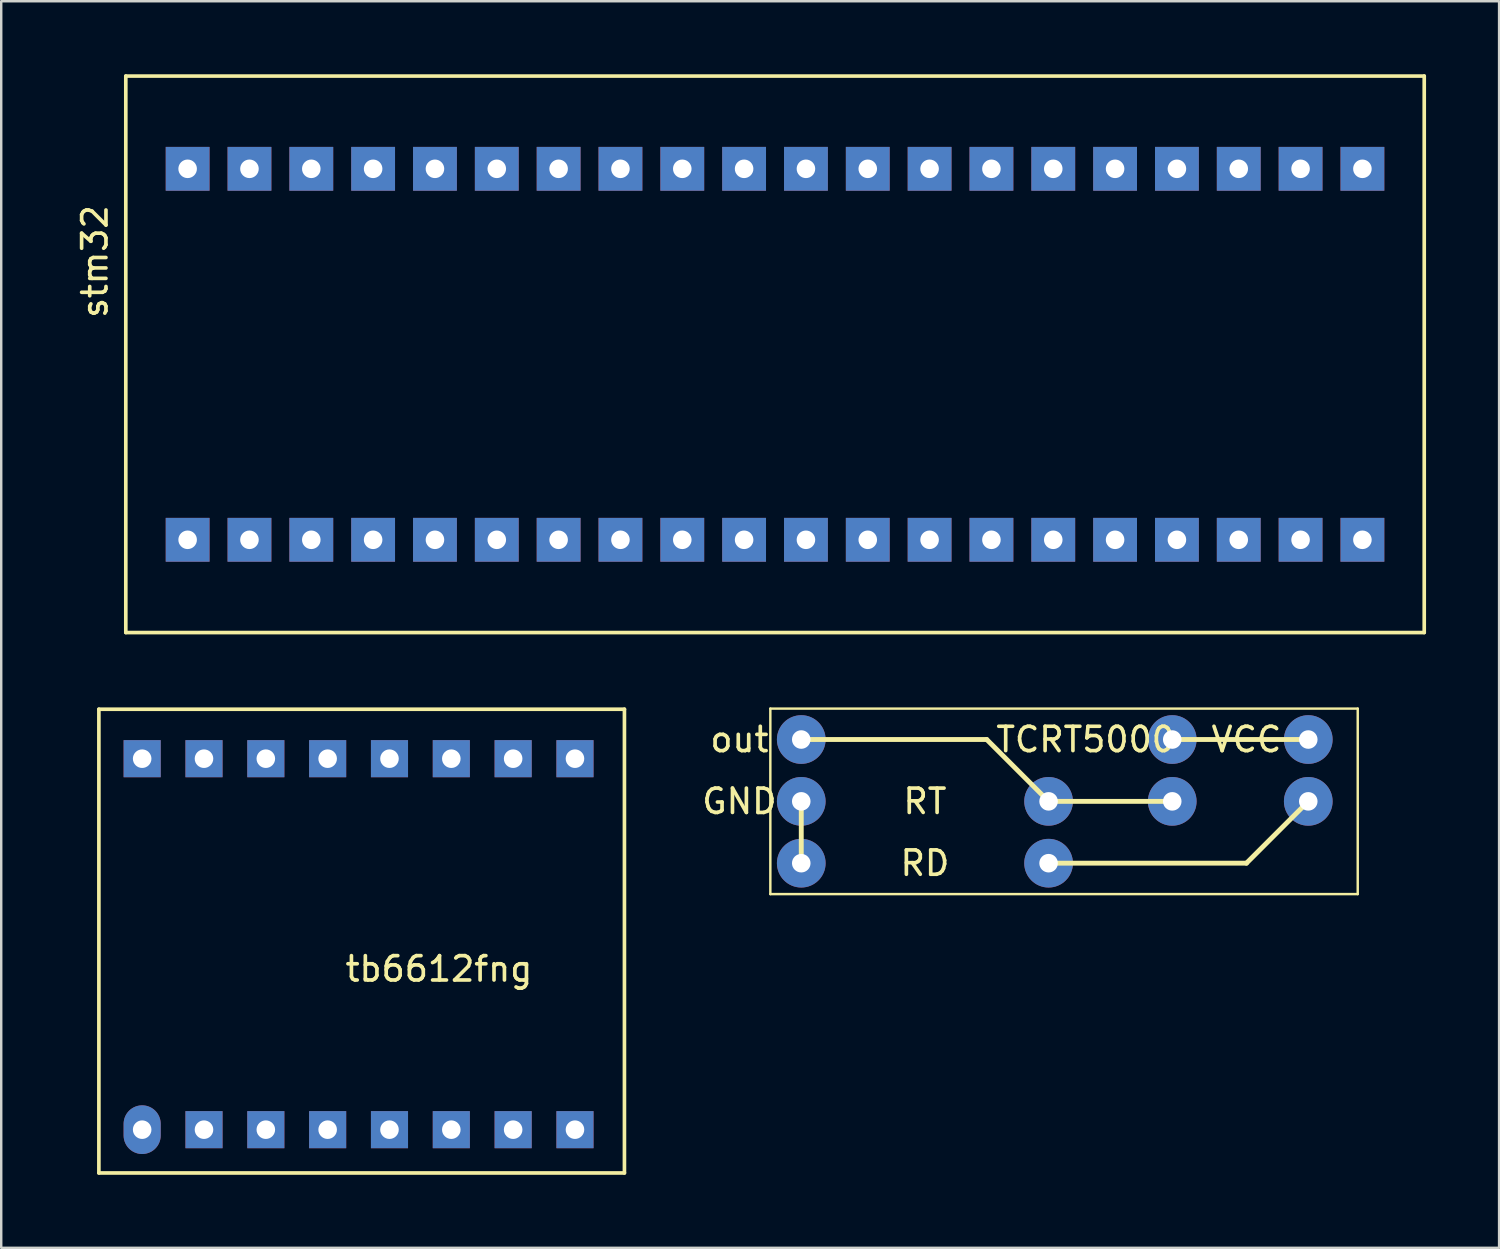
<source format=kicad_pcb>
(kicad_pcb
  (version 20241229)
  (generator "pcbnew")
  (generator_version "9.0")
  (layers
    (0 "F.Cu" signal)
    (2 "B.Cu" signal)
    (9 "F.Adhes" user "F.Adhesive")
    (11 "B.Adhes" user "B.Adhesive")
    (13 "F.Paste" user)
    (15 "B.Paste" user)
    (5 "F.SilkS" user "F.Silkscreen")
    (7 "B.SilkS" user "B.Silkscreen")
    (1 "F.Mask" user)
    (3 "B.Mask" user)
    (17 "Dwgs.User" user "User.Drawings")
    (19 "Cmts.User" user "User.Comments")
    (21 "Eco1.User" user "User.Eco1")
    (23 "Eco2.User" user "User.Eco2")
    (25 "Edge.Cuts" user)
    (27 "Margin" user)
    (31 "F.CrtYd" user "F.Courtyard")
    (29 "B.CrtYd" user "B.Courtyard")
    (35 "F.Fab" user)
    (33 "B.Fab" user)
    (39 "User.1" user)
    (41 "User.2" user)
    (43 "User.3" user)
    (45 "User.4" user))
  (footprint "tb6612fng"
    (layer "F.Cu")
    (at 0.25 43.357)
    (property "Reference" "tb6612fng" (at 14.732 -6.604 0) (layer "F.SilkS") (effects (font (size 1 1) (thickness 0.15))))
    (attr through_hole)
    (fp_line (start 0.762 -17.272) (end 22.352 -17.272) (stroke (width 0.15) (type solid)) (layer "F.SilkS"))
    (fp_line (start 0.762 1.778) (end 0.762 -17.272) (stroke (width 0.15) (type solid)) (layer "F.SilkS"))
    (fp_line (start 0.762 1.778) (end 22.352 1.778) (stroke (width 0.15) (type solid)) (layer "F.SilkS"))
    (fp_line (start 22.352 -17.272) (end 22.352 1.778) (stroke (width 0.15) (type solid)) (layer "F.SilkS"))
    (pad "1" thru_hole oval (at 2.54 0) (size 1.524 2) (drill 0.762) (layers "*.Cu" "*.Mask"))
    (pad "2" thru_hole rect (at 5.08 0) (size 1.524 1.524) (drill 0.762) (layers "*.Cu" "*.Mask"))
    (pad "3" thru_hole rect (at 7.62 0) (size 1.524 1.524) (drill 0.762) (layers "*.Cu" "*.Mask"))
    (pad "4" thru_hole rect (at 10.16 0) (size 1.524 1.524) (drill 0.762) (layers "*.Cu" "*.Mask"))
    (pad "5" thru_hole rect (at 12.7 0) (size 1.524 1.524) (drill 0.762) (layers "*.Cu" "*.Mask"))
    (pad "6" thru_hole rect (at 15.24 0) (size 1.524 1.524) (drill 0.762) (layers "*.Cu" "*.Mask"))
    (pad "7" thru_hole rect (at 17.78 0) (size 1.524 1.524) (drill 0.762) (layers "*.Cu" "*.Mask"))
    (pad "8" thru_hole rect (at 20.32 0) (size 1.524 1.524) (drill 0.762) (layers "*.Cu" "*.Mask"))
    (pad "9" thru_hole rect (at 20.32 -15.24) (size 1.524 1.524) (drill 0.762) (layers "*.Cu" "*.Mask"))
    (pad "10" thru_hole rect (at 17.78 -15.24) (size 1.524 1.524) (drill 0.762) (layers "*.Cu" "*.Mask"))
    (pad "11" thru_hole rect (at 15.24 -15.24) (size 1.524 1.524) (drill 0.762) (layers "*.Cu" "*.Mask"))
    (pad "12" thru_hole rect (at 12.7 -15.24) (size 1.524 1.524) (drill 0.762) (layers "*.Cu" "*.Mask"))
    (pad "13" thru_hole rect (at 10.16 -15.24) (size 1.524 1.524) (drill 0.762) (layers "*.Cu" "*.Mask"))
    (pad "14" thru_hole rect (at 7.62 -15.24) (size 1.524 1.524) (drill 0.762) (layers "*.Cu" "*.Mask"))
    (pad "15" thru_hole rect (at 5.08 -15.24) (size 1.524 1.524) (drill 0.762) (layers "*.Cu" "*.Mask"))
    (pad "16" thru_hole rect (at 2.54 -15.24) (size 1.524 1.524) (drill 0.762) (layers "*.Cu" "*.Mask")))
  (footprint "TCRT5000"
    (layer "F.Cu")
    (at 40.026 29.87)
    (property "Reference" "TCRT5000" (at 1.524 -2.54 180) (layer "F.SilkS") (effects (font (size 1 1) (thickness 0.15))))
    (attr through_hole)
    (fp_line (start -11.43 -3.81) (end 12.7 -3.81) (stroke (width 0.1) (type solid)) (layer "F.SilkS"))
    (fp_line (start -11.43 3.81) (end -11.43 -3.81) (stroke (width 0.1) (type solid)) (layer "F.SilkS"))
    (fp_line (start -10.16 0) (end -10.16 2.54) (stroke (width 0.2) (type solid)) (layer "F.SilkS"))
    (fp_line (start -2.54 -2.54) (end -10.16 -2.54) (stroke (width 0.2) (type solid)) (layer "F.SilkS"))
    (fp_line (start 0 0) (end -2.54 -2.54) (stroke (width 0.2) (type solid)) (layer "F.SilkS"))
    (fp_line (start 5.08 0) (end 0 0) (stroke (width 0.2) (type solid)) (layer "F.SilkS"))
    (fp_line (start 8.128 2.54) (end 0 2.54) (stroke (width 0.2) (type solid)) (layer "F.SilkS"))
    (fp_line (start 10.668 -2.54) (end 5.08 -2.54) (stroke (width 0.2) (type solid)) (layer "F.SilkS"))
    (fp_line (start 10.668 0) (end 8.128 2.54) (stroke (width 0.2) (type solid)) (layer "F.SilkS"))
    (fp_line (start 12.7 -3.81) (end 12.7 3.81) (stroke (width 0.1) (type solid)) (layer "F.SilkS"))
    (fp_line (start 12.7 3.81) (end -11.43 3.81) (stroke (width 0.1) (type solid)) (layer "F.SilkS"))
    (fp_text user "VCC" (at 8.128 -2.54 0) (layer "F.SilkS") (effects (font (size 1 1) (thickness 0.15))))
    (fp_text user "RT" (at -5.08 0 180) (layer "F.SilkS") (effects (font (size 1 1) (thickness 0.15))))
    (fp_text user "out" (at -12.7 -2.54 180) (layer "F.SilkS") (effects (font (size 1 1) (thickness 0.15))))
    (fp_text user "GND" (at -12.7 0 180) (layer "F.SilkS") (effects (font (size 1 1) (thickness 0.15))))
    (fp_text user "RD" (at -5.08 2.54 180) (layer "F.SilkS") (effects (font (size 1 1) (thickness 0.15))))
    (pad "1" thru_hole circle (at 5.08 -2.54 180) (size 2 2) (drill 0.762) (layers "*.Cu" "*.Mask"))
    (pad "1" thru_hole circle (at 10.668 -2.54 180) (size 2 2) (drill 0.762) (layers "*.Cu" "*.Mask"))
    (pad "2" thru_hole circle (at -10.16 -2.54 180) (size 2 2) (drill 0.762) (layers "*.Cu" "*.Mask"))
    (pad "2" thru_hole circle (at 0 0 180) (size 2 2) (drill 0.762) (layers "*.Cu" "*.Mask"))
    (pad "2" thru_hole circle (at 5.08 0 180) (size 2 2) (drill 0.762) (layers "*.Cu" "*.Mask"))
    (pad "3" thru_hole circle (at -10.16 0 180) (size 2 2) (drill 0.762) (layers "*.Cu" "*.Mask"))
    (pad "3" thru_hole circle (at -10.16 2.54 180) (size 2 2) (drill 0.762) (layers "*.Cu" "*.Mask"))
    (pad "4" thru_hole circle (at 0 2.54 180) (size 2 2) (drill 0.762) (layers "*.Cu" "*.Mask"))
    (pad "4" thru_hole circle (at 10.668 0 180) (size 2 2) (drill 0.762) (layers "*.Cu" "*.Mask")))
  (footprint "stm32"
    (layer "F.Cu")
    (at 30.058 14.045)
    (property "Reference" "stm32" (at -29.21 -6.35 90) (layer "F.SilkS") (effects (font (size 1 1) (thickness 0.15))))
    (attr through_hole)
    (fp_line (start -27.94 -13.97) (end 25.4 -13.97) (stroke (width 0.15) (type solid)) (layer "F.SilkS"))
    (fp_line (start -27.94 8.89) (end -27.94 -13.97) (stroke (width 0.15) (type solid)) (layer "F.SilkS"))
    (fp_line (start 25.4 8.89) (end -27.94 8.89) (stroke (width 0.15) (type solid)) (layer "F.SilkS"))
    (fp_line (start 25.4 8.89) (end 25.4 -13.97) (stroke (width 0.15) (type solid)) (layer "F.SilkS"))
    (pad "1" thru_hole rect (at -25.4 5.08) (size 1.8 1.8) (drill 0.762) (layers "*.Cu" "*.Mask"))
    (pad "2" thru_hole rect (at -22.86 5.08) (size 1.8 1.8) (drill 0.762) (layers "*.Cu" "*.Mask"))
    (pad "3" thru_hole rect (at -20.32 5.08) (size 1.8 1.8) (drill 0.762) (layers "*.Cu" "*.Mask"))
    (pad "4" thru_hole rect (at -17.78 5.08) (size 1.8 1.8) (drill 0.762) (layers "*.Cu" "*.Mask"))
    (pad "5" thru_hole rect (at -15.24 5.08) (size 1.8 1.8) (drill 0.762) (layers "*.Cu" "*.Mask"))
    (pad "6" thru_hole rect (at -12.7 5.08) (size 1.8 1.8) (drill 0.762) (layers "*.Cu" "*.Mask"))
    (pad "7" thru_hole rect (at -10.16 5.08) (size 1.8 1.8) (drill 0.762) (layers "*.Cu" "*.Mask"))
    (pad "8" thru_hole rect (at -7.62 5.08) (size 1.8 1.8) (drill 0.762) (layers "*.Cu" "*.Mask"))
    (pad "9" thru_hole rect (at -5.08 5.08) (size 1.8 1.8) (drill 0.762) (layers "*.Cu" "*.Mask"))
    (pad "10" thru_hole rect (at -2.54 5.08) (size 1.8 1.8) (drill 0.762) (layers "*.Cu" "*.Mask"))
    (pad "11" thru_hole rect (at 0 5.08) (size 1.8 1.8) (drill 0.762) (layers "*.Cu" "*.Mask"))
    (pad "12" thru_hole rect (at 2.54 5.08) (size 1.8 1.8) (drill 0.762) (layers "*.Cu" "*.Mask"))
    (pad "13" thru_hole rect (at 5.08 5.08) (size 1.8 1.8) (drill 0.762) (layers "*.Cu" "*.Mask"))
    (pad "14" thru_hole rect (at 7.62 5.08) (size 1.8 1.8) (drill 0.762) (layers "*.Cu" "*.Mask"))
    (pad "15" thru_hole rect (at 10.16 5.08) (size 1.8 1.8) (drill 0.762) (layers "*.Cu" "*.Mask"))
    (pad "16" thru_hole rect (at 12.7 5.08) (size 1.8 1.8) (drill 0.762) (layers "*.Cu" "*.Mask"))
    (pad "17" thru_hole rect (at 15.24 5.08) (size 1.8 1.8) (drill 0.762) (layers "*.Cu" "*.Mask"))
    (pad "18" thru_hole rect (at 17.78 5.08) (size 1.8 1.8) (drill 0.762) (layers "*.Cu" "*.Mask"))
    (pad "19" thru_hole rect (at 20.32 5.08) (size 1.8 1.8) (drill 0.762) (layers "*.Cu" "*.Mask"))
    (pad "20" thru_hole rect (at 22.86 5.08) (size 1.8 1.8) (drill 0.762) (layers "*.Cu" "*.Mask"))
    (pad "21" thru_hole rect (at 22.86 -10.16) (size 1.8 1.8) (drill 0.762) (layers "*.Cu" "*.Mask"))
    (pad "22" thru_hole rect (at 20.32 -10.16) (size 1.8 1.8) (drill 0.762) (layers "*.Cu" "*.Mask"))
    (pad "23" thru_hole rect (at 17.78 -10.16) (size 1.8 1.8) (drill 0.762) (layers "*.Cu" "*.Mask"))
    (pad "24" thru_hole rect (at 15.24 -10.16) (size 1.8 1.8) (drill 0.762) (layers "*.Cu" "*.Mask"))
    (pad "25" thru_hole rect (at 12.7 -10.16) (size 1.8 1.8) (drill 0.762) (layers "*.Cu" "*.Mask"))
    (pad "26" thru_hole rect (at 10.16 -10.16) (size 1.8 1.8) (drill 0.762) (layers "*.Cu" "*.Mask"))
    (pad "27" thru_hole rect (at 7.62 -10.16) (size 1.8 1.8) (drill 0.762) (layers "*.Cu" "*.Mask"))
    (pad "28" thru_hole rect (at 5.08 -10.16) (size 1.8 1.8) (drill 0.762) (layers "*.Cu" "*.Mask"))
    (pad "29" thru_hole rect (at 2.54 -10.16) (size 1.8 1.8) (drill 0.762) (layers "*.Cu" "*.Mask"))
    (pad "30" thru_hole rect (at 0 -10.16) (size 1.8 1.8) (drill 0.762) (layers "*.Cu" "*.Mask"))
    (pad "31" thru_hole rect (at -2.54 -10.16) (size 1.8 1.8) (drill 0.762) (layers "*.Cu" "*.Mask"))
    (pad "32" thru_hole rect (at -5.08 -10.16) (size 1.8 1.8) (drill 0.762) (layers "*.Cu" "*.Mask"))
    (pad "33" thru_hole rect (at -7.62 -10.16) (size 1.8 1.8) (drill 0.762) (layers "*.Cu" "*.Mask"))
    (pad "34" thru_hole rect (at -10.16 -10.16) (size 1.8 1.8) (drill 0.762) (layers "*.Cu" "*.Mask"))
    (pad "35" thru_hole rect (at -12.7 -10.16) (size 1.8 1.8) (drill 0.762) (layers "*.Cu" "*.Mask"))
    (pad "36" thru_hole rect (at -15.24 -10.16) (size 1.8 1.8) (drill 0.762) (layers "*.Cu" "*.Mask"))
    (pad "37" thru_hole rect (at -17.78 -10.16) (size 1.8 1.8) (drill 0.762) (layers "*.Cu" "*.Mask"))
    (pad "38" thru_hole rect (at -20.32 -10.16) (size 1.8 1.8) (drill 0.762) (layers "*.Cu" "*.Mask"))
    (pad "39" thru_hole rect (at -22.86 -10.16) (size 1.8 1.8) (drill 0.762) (layers "*.Cu" "*.Mask"))
    (pad "40" thru_hole rect (at -25.4 -10.16) (size 1.8 1.8) (drill 0.762) (layers "*.Cu" "*.Mask")))
  (gr_rect
    (start -3 -3)
    (end 58.533 48.21)
    (stroke (width 0.1) (type default))
    (fill no)
    (layer "Edge.Cuts")))
</source>
